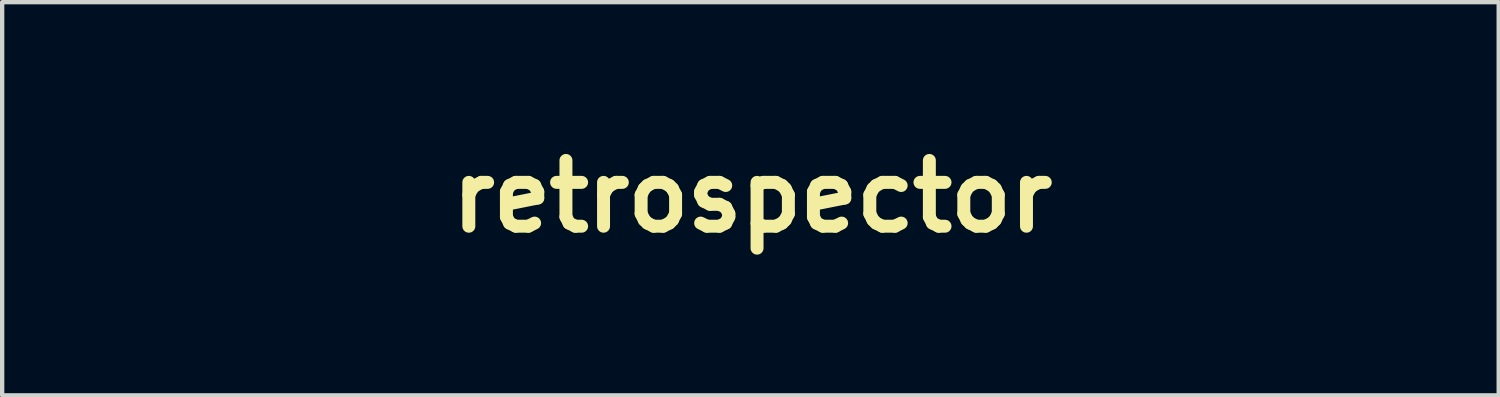
<source format=kicad_pcb>
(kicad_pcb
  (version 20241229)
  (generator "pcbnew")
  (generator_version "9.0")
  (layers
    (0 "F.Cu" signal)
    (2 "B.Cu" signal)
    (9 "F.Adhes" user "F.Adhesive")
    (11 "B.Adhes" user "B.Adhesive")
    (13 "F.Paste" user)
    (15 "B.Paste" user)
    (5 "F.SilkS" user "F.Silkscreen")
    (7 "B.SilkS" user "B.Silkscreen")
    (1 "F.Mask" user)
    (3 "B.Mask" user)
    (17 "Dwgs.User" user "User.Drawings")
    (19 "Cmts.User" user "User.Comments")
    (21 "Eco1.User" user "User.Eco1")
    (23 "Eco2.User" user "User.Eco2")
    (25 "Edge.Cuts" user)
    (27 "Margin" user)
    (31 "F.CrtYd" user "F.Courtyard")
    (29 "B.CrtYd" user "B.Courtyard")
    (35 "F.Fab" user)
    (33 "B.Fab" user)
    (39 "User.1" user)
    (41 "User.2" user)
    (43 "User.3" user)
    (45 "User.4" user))
  (footprint "retrospector"
    (layer "F.Cu")
    (at 14.378 1.501)
    (property "Reference" "retrospector" (at 0 0 0) (layer "F.SilkS") (effects (font (size 1.524 1.524) (thickness 0.3))))
    (attr through_hole)
    (fp_poly (pts (xy -7.453 -1.254) (xy -7.473 -1.118) (xy -7.487 -0.903) (xy -7.492 -0.683) (xy -7.493 -0.254) (xy -8.046 -0.254) (xy -8.087 0.232) (xy -8.108 0.534) (xy -8.123 0.848) (xy -8.128 1.089) (xy -8.128 1.46) (xy -8.565 1.46) (xy -8.798 1.457) (xy -8.934 1.44) (xy -9.004 1.4) (xy -9.037 1.329) (xy -9.04 1.318) (xy -9.057 1.193) (xy -9.071 0.978) (xy -9.078 0.709) (xy -9.08 0.561) (xy -9.084 0.285) (xy -9.094 0.05) (xy -9.11 -0.11) (xy -9.119 -0.154) (xy -9.199 -0.225) (xy -9.379 -0.253) (xy -9.437 -0.254) (xy -9.716 -0.254) (xy -9.716 -1.397) (xy -7.415 -1.397) (xy -7.453 -1.254)) (stroke (width 0.01) (type solid)) (fill yes) (layer "F.Mask"))
    (fp_poly (pts (xy 8.994 -1.254) (xy 8.974 -1.118) (xy 8.959 -0.903) (xy 8.954 -0.683) (xy 8.954 -0.254) (xy 8.401 -0.254) (xy 8.36 0.232) (xy 8.338 0.534) (xy 8.324 0.848) (xy 8.319 1.089) (xy 8.319 1.46) (xy 7.881 1.46) (xy 7.649 1.457) (xy 7.513 1.44) (xy 7.443 1.4) (xy 7.409 1.329) (xy 7.406 1.318) (xy 7.389 1.193) (xy 7.376 0.978) (xy 7.368 0.709) (xy 7.367 0.561) (xy 7.363 0.285) (xy 7.352 0.05) (xy 7.337 -0.11) (xy 7.327 -0.154) (xy 7.247 -0.225) (xy 7.068 -0.253) (xy 7.01 -0.254) (xy 6.731 -0.254) (xy 6.731 -1.397) (xy 9.032 -1.397) (xy 8.994 -1.254)) (stroke (width 0.01) (type solid)) (fill yes) (layer "F.Mask"))
    (fp_poly (pts (xy -0.724 -1.452) (xy -0.546 -1.432) (xy -0.462 -1.409) (xy -0.419 -1.323) (xy -0.379 -1.136) (xy -0.347 -0.874) (xy -0.342 -0.812) (xy -0.3 -0.264) (xy -0.477 -0.243) (xy -0.653 -0.192) (xy -0.732 -0.085) (xy -0.716 0.09) (xy -0.616 0.33) (xy -0.522 0.539) (xy -0.46 0.723) (xy -0.445 0.814) (xy -0.501 1.075) (xy -0.659 1.283) (xy -0.899 1.429) (xy -1.201 1.5) (xy -1.546 1.484) (xy -1.572 1.479) (xy -1.685 1.417) (xy -1.715 1.345) (xy -1.732 1.197) (xy -1.755 1.095) (xy -1.763 0.99) (xy -1.687 0.954) (xy -1.632 0.953) (xy -1.403 0.923) (xy -1.287 0.838) (xy -1.283 0.698) (xy -1.393 0.506) (xy -1.595 0.283) (xy -1.876 -0.031) (xy -2.04 -0.322) (xy -2.092 -0.604) (xy -2.036 -0.89) (xy -1.994 -0.988) (xy -1.821 -1.209) (xy -1.548 -1.364) (xy -1.19 -1.447) (xy -0.948 -1.46) (xy -0.724 -1.452)) (stroke (width 0.01) (type solid)) (fill yes) (layer "F.Mask"))
    (fp_poly (pts (xy 6.291 -1.393) (xy 6.453 -1.37) (xy 6.547 -1.303) (xy 6.59 -1.17) (xy 6.603 -0.948) (xy 6.604 -0.725) (xy 6.604 -0.254) (xy 6.376 -0.254) (xy 6.1 -0.205) (xy 5.873 -0.073) (xy 5.727 0.122) (xy 5.717 0.149) (xy 5.659 0.379) (xy 5.684 0.557) (xy 5.802 0.737) (xy 5.837 0.777) (xy 5.972 0.908) (xy 6.104 0.965) (xy 6.293 0.974) (xy 6.315 0.973) (xy 6.608 0.962) (xy 6.565 1.195) (xy 6.519 1.361) (xy 6.462 1.467) (xy 6.452 1.475) (xy 6.317 1.514) (xy 6.101 1.525) (xy 5.847 1.51) (xy 5.596 1.473) (xy 5.391 1.416) (xy 5.362 1.404) (xy 5.034 1.191) (xy 4.781 0.897) (xy 4.609 0.547) (xy 4.523 0.166) (xy 4.528 -0.222) (xy 4.631 -0.593) (xy 4.836 -0.922) (xy 4.845 -0.932) (xy 5.098 -1.163) (xy 5.393 -1.309) (xy 5.755 -1.382) (xy 6.042 -1.396) (xy 6.291 -1.393)) (stroke (width 0.01) (type solid)) (fill yes) (layer "F.Mask"))
    (fp_poly (pts (xy 0.974 -1.426) (xy 1.198 -1.416) (xy 1.362 -1.39) (xy 1.5 -1.345) (xy 1.645 -1.274) (xy 1.69 -1.249) (xy 1.996 -1.029) (xy 2.187 -0.767) (xy 2.272 -0.445) (xy 2.273 -0.184) (xy 2.189 0.19) (xy 2.004 0.498) (xy 1.73 0.724) (xy 1.38 0.856) (xy 1.323 0.866) (xy 1.158 0.908) (xy 1.088 0.977) (xy 1.079 1.04) (xy 1.068 1.241) (xy 1.024 1.365) (xy 0.922 1.431) (xy 0.737 1.457) (xy 0.511 1.46) (xy 0.021 1.46) (xy -0.038 0.088) (xy 1.079 0.088) (xy 1.079 0.438) (xy 1.27 0.371) (xy 1.442 0.258) (xy 1.502 0.143) (xy 1.503 -0.057) (xy 1.399 -0.192) (xy 1.248 -0.242) (xy 1.152 -0.247) (xy 1.102 -0.212) (xy 1.083 -0.107) (xy 1.079 0.088) (xy -0.038 0.088) (xy -0.04 0.048) (xy -0.057 -0.363) (xy -0.069 -0.729) (xy -0.078 -1.033) (xy -0.081 -1.256) (xy -0.08 -1.379) (xy -0.077 -1.397) (xy -0.008 -1.41) (xy 0.162 -1.42) (xy 0.406 -1.427) (xy 0.656 -1.429) (xy 0.974 -1.426)) (stroke (width 0.01) (type solid)) (fill yes) (layer "F.Mask"))
    (fp_poly (pts (xy -9.891 -0.937) (xy -9.906 -0.627) (xy -9.925 -0.423) (xy -9.962 -0.304) (xy -10.027 -0.248) (xy -10.132 -0.236) (xy -10.284 -0.244) (xy -10.473 -0.253) (xy -10.568 -0.236) (xy -10.601 -0.179) (xy -10.604 -0.101) (xy -10.595 -0.004) (xy -10.546 0.044) (xy -10.425 0.062) (xy -10.279 0.064) (xy -9.954 0.064) (xy -9.993 0.262) (xy -10.021 0.418) (xy -10.033 0.515) (xy -10.033 0.516) (xy -10.09 0.549) (xy -10.233 0.569) (xy -10.319 0.572) (xy -10.494 0.577) (xy -10.578 0.609) (xy -10.603 0.691) (xy -10.604 0.768) (xy -10.604 0.964) (xy -10.255 0.943) (xy -9.906 0.921) (xy -9.946 1.143) (xy -9.98 1.305) (xy -10.01 1.407) (xy -10.013 1.413) (xy -10.084 1.431) (xy -10.256 1.446) (xy -10.506 1.456) (xy -10.808 1.46) (xy -10.854 1.46) (xy -11.667 1.46) (xy -11.713 0.116) (xy -11.728 -0.288) (xy -11.745 -0.651) (xy -11.761 -0.954) (xy -11.776 -1.177) (xy -11.789 -1.298) (xy -11.792 -1.312) (xy -11.782 -1.345) (xy -11.713 -1.369) (xy -11.569 -1.385) (xy -11.334 -1.393) (xy -10.994 -1.397) (xy -10.847 -1.397) (xy -9.87 -1.397) (xy -9.891 -0.937)) (stroke (width 0.01) (type solid)) (fill yes) (layer "F.Mask"))
    (fp_poly (pts (xy -2.961 -1.407) (xy -2.651 -1.213) (xy -2.409 -0.925) (xy -2.342 -0.796) (xy -2.259 -0.511) (xy -2.222 -0.157) (xy -2.232 0.216) (xy -2.287 0.56) (xy -2.355 0.762) (xy -2.557 1.114) (xy -2.798 1.351) (xy -3.094 1.484) (xy -3.442 1.524) (xy -3.777 1.484) (xy -3.999 1.389) (xy -4.172 1.272) (xy -4.302 1.144) (xy -4.424 0.968) (xy -4.524 0.794) (xy -4.596 0.637) (xy -4.639 0.465) (xy -4.66 0.237) (xy -4.66 0.215) (xy -3.769 0.215) (xy -3.757 0.438) (xy -3.698 0.647) (xy -3.597 0.808) (xy -3.462 0.886) (xy -3.429 0.889) (xy -3.308 0.839) (xy -3.198 0.725) (xy -3.111 0.513) (xy -3.087 0.27) (xy -3.124 0.042) (xy -3.22 -0.124) (xy -3.235 -0.137) (xy -3.355 -0.221) (xy -3.429 -0.254) (xy -3.509 -0.218) (xy -3.623 -0.137) (xy -3.726 0.012) (xy -3.769 0.215) (xy -4.66 0.215) (xy -4.665 -0.032) (xy -4.662 -0.32) (xy -4.645 -0.521) (xy -4.605 -0.676) (xy -4.536 -0.824) (xy -4.495 -0.896) (xy -4.308 -1.158) (xy -4.091 -1.33) (xy -3.802 -1.443) (xy -3.7 -1.468) (xy -3.318 -1.496) (xy -2.961 -1.407)) (stroke (width 0.01) (type solid)) (fill yes) (layer "F.Mask"))
    (fp_poly (pts (xy 4.333 -0.937) (xy 4.318 -0.627) (xy 4.299 -0.423) (xy 4.262 -0.304) (xy 4.197 -0.248) (xy 4.092 -0.236) (xy 3.94 -0.244) (xy 3.751 -0.253) (xy 3.656 -0.236) (xy 3.623 -0.179) (xy 3.619 -0.101) (xy 3.629 -0.004) (xy 3.678 0.044) (xy 3.799 0.062) (xy 3.945 0.064) (xy 4.27 0.064) (xy 4.231 0.262) (xy 4.203 0.418) (xy 4.191 0.515) (xy 4.191 0.516) (xy 4.134 0.549) (xy 3.991 0.569) (xy 3.905 0.572) (xy 3.73 0.577) (xy 3.646 0.609) (xy 3.621 0.691) (xy 3.619 0.768) (xy 3.619 0.964) (xy 3.969 0.943) (xy 4.318 0.921) (xy 4.278 1.143) (xy 4.244 1.305) (xy 4.214 1.407) (xy 4.211 1.413) (xy 4.14 1.431) (xy 3.968 1.446) (xy 3.718 1.456) (xy 3.416 1.46) (xy 3.37 1.46) (xy 2.557 1.46) (xy 2.511 0.116) (xy 2.496 -0.288) (xy 2.479 -0.651) (xy 2.463 -0.954) (xy 2.448 -1.177) (xy 2.435 -1.298) (xy 2.432 -1.312) (xy 2.442 -1.345) (xy 2.511 -1.369) (xy 2.655 -1.385) (xy 2.89 -1.393) (xy 3.23 -1.397) (xy 3.377 -1.397) (xy 4.354 -1.397) (xy 4.333 -0.937)) (stroke (width 0.01) (type solid)) (fill yes) (layer "F.Mask"))
    (fp_poly (pts (xy 10.882 -1.407) (xy 11.192 -1.213) (xy 11.434 -0.925) (xy 11.501 -0.796) (xy 11.584 -0.511) (xy 11.621 -0.157) (xy 11.611 0.216) (xy 11.556 0.56) (xy 11.488 0.762) (xy 11.286 1.114) (xy 11.045 1.351) (xy 10.749 1.484) (xy 10.401 1.524) (xy 10.066 1.484) (xy 9.844 1.389) (xy 9.671 1.272) (xy 9.541 1.144) (xy 9.419 0.968) (xy 9.319 0.794) (xy 9.247 0.637) (xy 9.204 0.465) (xy 9.183 0.237) (xy 9.183 0.215) (xy 10.074 0.215) (xy 10.086 0.438) (xy 10.145 0.647) (xy 10.246 0.808) (xy 10.381 0.886) (xy 10.414 0.889) (xy 10.535 0.839) (xy 10.645 0.725) (xy 10.732 0.513) (xy 10.756 0.27) (xy 10.719 0.042) (xy 10.623 -0.124) (xy 10.608 -0.137) (xy 10.488 -0.221) (xy 10.414 -0.254) (xy 10.334 -0.218) (xy 10.22 -0.137) (xy 10.117 0.012) (xy 10.074 0.215) (xy 9.183 0.215) (xy 9.178 -0.032) (xy 9.181 -0.32) (xy 9.198 -0.521) (xy 9.238 -0.676) (xy 9.307 -0.824) (xy 9.348 -0.896) (xy 9.535 -1.158) (xy 9.752 -1.33) (xy 10.041 -1.443) (xy 10.143 -1.468) (xy 10.525 -1.496) (xy 10.882 -1.407)) (stroke (width 0.01) (type solid)) (fill yes) (layer "F.Mask"))
    (fp_poly (pts (xy -13.26 -1.418) (xy -13.01 -1.405) (xy -12.824 -1.378) (xy -12.67 -1.333) (xy -12.573 -1.292) (xy -12.282 -1.129) (xy -12.095 -0.944) (xy -11.991 -0.704) (xy -11.949 -0.409) (xy -11.941 -0.168) (xy -11.961 -0.001) (xy -12.021 0.143) (xy -12.09 0.255) (xy -12.197 0.404) (xy -12.28 0.495) (xy -12.304 0.509) (xy -12.393 0.54) (xy -12.441 0.567) (xy -12.474 0.617) (xy -12.444 0.704) (xy -12.34 0.85) (xy -12.258 0.949) (xy -12.124 1.116) (xy -12.035 1.241) (xy -12.009 1.297) (xy -12.009 1.297) (xy -12.075 1.335) (xy -12.219 1.411) (xy -12.361 1.483) (xy -12.555 1.573) (xy -12.672 1.603) (xy -12.741 1.579) (xy -12.759 1.562) (xy -12.826 1.462) (xy -12.929 1.292) (xy -13.018 1.135) (xy -13.206 0.794) (xy -13.208 1.46) (xy -14.268 1.46) (xy -14.322 0.192) (xy -13.208 0.192) (xy -13.194 0.339) (xy -13.17 0.398) (xy -13.08 0.41) (xy -12.941 0.361) (xy -12.843 0.3) (xy -12.768 0.173) (xy -12.783 0.013) (xy -12.879 -0.132) (xy -12.919 -0.163) (xy -13.052 -0.224) (xy -13.142 -0.224) (xy -13.179 -0.142) (xy -13.202 0.014) (xy -13.208 0.192) (xy -14.322 0.192) (xy -14.329 0.048) (xy -14.345 -0.362) (xy -14.359 -0.728) (xy -14.368 -1.031) (xy -14.373 -1.252) (xy -14.373 -1.374) (xy -14.371 -1.391) (xy -14.304 -1.402) (xy -14.135 -1.41) (xy -13.891 -1.417) (xy -13.605 -1.42) (xy -13.26 -1.418)) (stroke (width 0.01) (type solid)) (fill yes) (layer "F.Mask"))
    (fp_poly (pts (xy -6.148 -1.418) (xy -5.898 -1.405) (xy -5.712 -1.378) (xy -5.558 -1.333) (xy -5.461 -1.292) (xy -5.17 -1.129) (xy -4.983 -0.944) (xy -4.879 -0.704) (xy -4.837 -0.409) (xy -4.829 -0.168) (xy -4.849 -0.001) (xy -4.909 0.143) (xy -4.978 0.255) (xy -5.085 0.404) (xy -5.168 0.495) (xy -5.192 0.509) (xy -5.281 0.54) (xy -5.329 0.567) (xy -5.362 0.617) (xy -5.332 0.704) (xy -5.228 0.85) (xy -5.146 0.949) (xy -5.012 1.116) (xy -4.923 1.241) (xy -4.897 1.297) (xy -4.897 1.297) (xy -4.963 1.335) (xy -5.107 1.411) (xy -5.249 1.483) (xy -5.443 1.573) (xy -5.56 1.603) (xy -5.629 1.579) (xy -5.647 1.562) (xy -5.714 1.462) (xy -5.817 1.292) (xy -5.906 1.135) (xy -6.094 0.794) (xy -6.096 1.46) (xy -7.156 1.46) (xy -7.21 0.192) (xy -6.096 0.192) (xy -6.082 0.339) (xy -6.058 0.398) (xy -5.968 0.41) (xy -5.829 0.361) (xy -5.731 0.3) (xy -5.656 0.173) (xy -5.671 0.013) (xy -5.767 -0.132) (xy -5.807 -0.163) (xy -5.94 -0.224) (xy -6.03 -0.224) (xy -6.067 -0.142) (xy -6.09 0.014) (xy -6.096 0.192) (xy -7.21 0.192) (xy -7.217 0.048) (xy -7.233 -0.362) (xy -7.247 -0.728) (xy -7.256 -1.031) (xy -7.261 -1.252) (xy -7.261 -1.374) (xy -7.259 -1.391) (xy -7.192 -1.402) (xy -7.023 -1.41) (xy -6.779 -1.417) (xy -6.493 -1.42) (xy -6.148 -1.418)) (stroke (width 0.01) (type solid)) (fill yes) (layer "F.Mask"))
    (fp_poly (pts (xy 12.965 -1.418) (xy 13.215 -1.405) (xy 13.401 -1.378) (xy 13.555 -1.333) (xy 13.652 -1.292) (xy 13.944 -1.129) (xy 14.131 -0.944) (xy 14.235 -0.704) (xy 14.276 -0.409) (xy 14.284 -0.168) (xy 14.264 -0.001) (xy 14.205 0.143) (xy 14.135 0.255) (xy 14.028 0.404) (xy 13.945 0.495) (xy 13.921 0.509) (xy 13.832 0.54) (xy 13.785 0.567) (xy 13.751 0.617) (xy 13.782 0.704) (xy 13.886 0.85) (xy 13.967 0.949) (xy 14.101 1.116) (xy 14.191 1.241) (xy 14.216 1.297) (xy 14.216 1.297) (xy 14.151 1.335) (xy 14.007 1.411) (xy 13.865 1.483) (xy 13.671 1.573) (xy 13.554 1.603) (xy 13.484 1.579) (xy 13.467 1.562) (xy 13.399 1.462) (xy 13.297 1.292) (xy 13.208 1.135) (xy 13.02 0.794) (xy 13.018 1.46) (xy 11.958 1.46) (xy 11.903 0.192) (xy 13.018 0.192) (xy 13.032 0.339) (xy 13.055 0.398) (xy 13.145 0.41) (xy 13.284 0.361) (xy 13.383 0.3) (xy 13.457 0.173) (xy 13.442 0.013) (xy 13.346 -0.132) (xy 13.306 -0.163) (xy 13.174 -0.224) (xy 13.084 -0.224) (xy 13.046 -0.142) (xy 13.023 0.014) (xy 13.018 0.192) (xy 11.903 0.192) (xy 11.897 0.048) (xy 11.88 -0.362) (xy 11.867 -0.728) (xy 11.857 -1.031) (xy 11.852 -1.252) (xy 11.853 -1.374) (xy 11.855 -1.391) (xy 11.922 -1.402) (xy 12.09 -1.41) (xy 12.334 -1.417) (xy 12.62 -1.42) (xy 12.965 -1.418)) (stroke (width 0.01) (type solid)) (fill yes) (layer "F.Mask")))
  (gr_rect
    (start -3 -3)
    (end 31.667 6.109)
    (stroke (width 0.1) (type default))
    (fill no)
    (layer "Edge.Cuts")))
</source>
